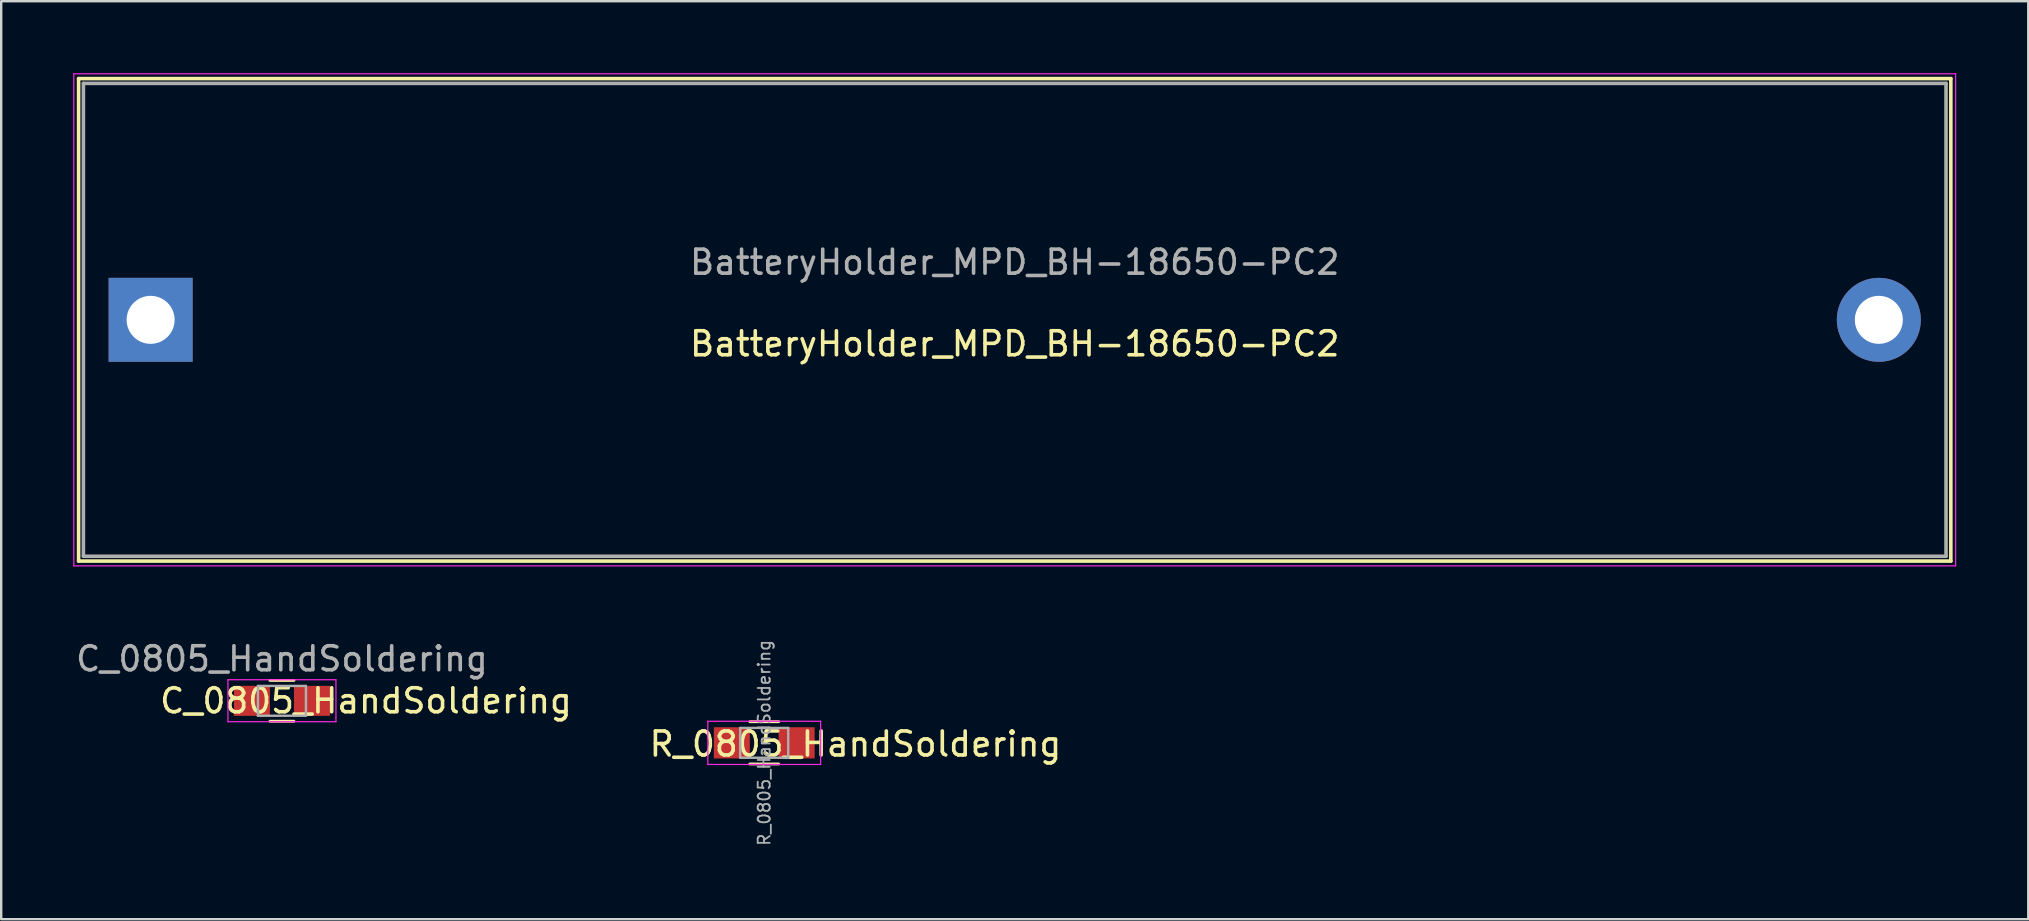
<source format=kicad_pcb>
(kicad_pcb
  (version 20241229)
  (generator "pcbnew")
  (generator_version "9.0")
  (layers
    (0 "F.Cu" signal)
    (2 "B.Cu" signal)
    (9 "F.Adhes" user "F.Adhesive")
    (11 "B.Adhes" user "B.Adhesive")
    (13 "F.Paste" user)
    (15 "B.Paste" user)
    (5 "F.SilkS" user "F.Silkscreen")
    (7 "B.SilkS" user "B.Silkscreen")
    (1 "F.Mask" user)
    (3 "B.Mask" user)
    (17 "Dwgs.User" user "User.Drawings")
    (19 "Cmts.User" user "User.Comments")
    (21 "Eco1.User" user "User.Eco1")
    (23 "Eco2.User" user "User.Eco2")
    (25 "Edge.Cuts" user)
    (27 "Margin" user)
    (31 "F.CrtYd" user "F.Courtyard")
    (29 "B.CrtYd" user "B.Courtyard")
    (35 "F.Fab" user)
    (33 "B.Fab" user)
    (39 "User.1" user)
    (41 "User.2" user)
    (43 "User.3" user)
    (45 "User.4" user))
  (footprint "R_0805_HandSoldering"
    (layer "F.Cu")
    (at 28.789 27.898)
    (property "Reference" "R_0805_HandSoldering" (at 3.8 0.05 0) (layer "F.SilkS") (effects (font (size 1 1) (thickness 0.15))))
    (attr smd)
    (fp_line (start -0.6 -0.88) (end 0.6 -0.88) (stroke (width 0.12) (type solid)) (layer "F.SilkS"))
    (fp_line (start 0.6 0.88) (end -0.6 0.88) (stroke (width 0.12) (type solid)) (layer "F.SilkS"))
    (fp_line (start -2.35 -0.9) (end -2.35 0.9) (stroke (width 0.05) (type solid)) (layer "F.CrtYd"))
    (fp_line (start -2.35 -0.9) (end 2.35 -0.9) (stroke (width 0.05) (type solid)) (layer "F.CrtYd"))
    (fp_line (start 2.35 0.9) (end -2.35 0.9) (stroke (width 0.05) (type solid)) (layer "F.CrtYd"))
    (fp_line (start 2.35 0.9) (end 2.35 -0.9) (stroke (width 0.05) (type solid)) (layer "F.CrtYd"))
    (fp_line (start -1 -0.62) (end 1 -0.62) (stroke (width 0.1) (type solid)) (layer "F.Fab"))
    (fp_line (start -1 0.62) (end -1 -0.62) (stroke (width 0.1) (type solid)) (layer "F.Fab"))
    (fp_line (start 1 -0.62) (end 1 0.62) (stroke (width 0.1) (type solid)) (layer "F.Fab"))
    (fp_line (start 1 0.62) (end -1 0.62) (stroke (width 0.1) (type solid)) (layer "F.Fab"))
    (fp_text user "${REFERENCE}" (at 0 0 270) (layer "F.Fab") (effects (font (size 0.5 0.5) (thickness 0.075))))
    (pad "1" smd rect (at -1.35 0) (size 1.5 1.3) (layers "F.Cu" "F.Mask"))
    (pad "2" smd rect (at 1.35 0) (size 1.5 1.3) (layers "F.Cu" "F.Mask")))
  (footprint "C_0805_HandSoldering"
    (layer "F.Cu")
    (at 8.696 26.148)
    (property "Reference" "C_0805_HandSoldering" (at 3.5 0 0) (layer "F.SilkS") (effects (font (size 1 1) (thickness 0.15))))
    (attr smd)
    (fp_line (start -0.5 0.85) (end 0.5 0.85) (stroke (width 0.12) (type solid)) (layer "F.SilkS"))
    (fp_line (start 0.5 -0.85) (end -0.5 -0.85) (stroke (width 0.12) (type solid)) (layer "F.SilkS"))
    (fp_line (start -2.25 -0.88) (end -2.25 0.87) (stroke (width 0.05) (type solid)) (layer "F.CrtYd"))
    (fp_line (start -2.25 -0.88) (end 2.25 -0.88) (stroke (width 0.05) (type solid)) (layer "F.CrtYd"))
    (fp_line (start 2.25 0.87) (end -2.25 0.87) (stroke (width 0.05) (type solid)) (layer "F.CrtYd"))
    (fp_line (start 2.25 0.87) (end 2.25 -0.88) (stroke (width 0.05) (type solid)) (layer "F.CrtYd"))
    (fp_line (start -1 -0.62) (end 1 -0.62) (stroke (width 0.1) (type solid)) (layer "F.Fab"))
    (fp_line (start -1 0.62) (end -1 -0.62) (stroke (width 0.1) (type solid)) (layer "F.Fab"))
    (fp_line (start 1 -0.62) (end 1 0.62) (stroke (width 0.1) (type solid)) (layer "F.Fab"))
    (fp_line (start 1 0.62) (end -1 0.62) (stroke (width 0.1) (type solid)) (layer "F.Fab"))
    (fp_text user "${REFERENCE}" (at 0 -1.75 0) (layer "F.Fab") (effects (font (size 1 1) (thickness 0.15))))
    (pad "1" smd rect (at -1.25 0) (size 1.5 1.25) (layers "F.Cu" "F.Mask"))
    (pad "2" smd rect (at 1.25 0) (size 1.5 1.25) (layers "F.Cu" "F.Mask")))
  (footprint "BatteryHolder_MPD_BH-18650-PC2"
    (layer "F.Cu")
    (at 3.225 10.275)
    (property "Reference" "BatteryHolder_MPD_BH-18650-PC2" (at 36 1 0) (layer "F.SilkS") (effects (font (size 1 1) (thickness 0.15))))
    (attr through_hole)
    (fp_line (start -3 -10.05) (end 75 -10.05) (stroke (width 0.15) (type solid)) (layer "F.SilkS"))
    (fp_line (start -3 10.05) (end -3 -10.05) (stroke (width 0.15) (type solid)) (layer "F.SilkS"))
    (fp_line (start 75 -10.05) (end 75 10.05) (stroke (width 0.15) (type solid)) (layer "F.SilkS"))
    (fp_line (start 75 10.05) (end -3 10.05) (stroke (width 0.15) (type solid)) (layer "F.SilkS"))
    (fp_line (start -3.2 -10.25) (end 75.2 -10.25) (stroke (width 0.05) (type solid)) (layer "F.CrtYd"))
    (fp_line (start -3.2 10.25) (end -3.2 -10.25) (stroke (width 0.05) (type solid)) (layer "F.CrtYd"))
    (fp_line (start 75.2 -10.25) (end 75.2 10.25) (stroke (width 0.05) (type solid)) (layer "F.CrtYd"))
    (fp_line (start 75.2 10.25) (end -3.2 10.25) (stroke (width 0.05) (type solid)) (layer "F.CrtYd"))
    (fp_line (start -2.8 -9.85) (end 74.8 -9.85) (stroke (width 0.15) (type solid)) (layer "F.Fab"))
    (fp_line (start -2.8 9.85) (end -2.8 -9.85) (stroke (width 0.15) (type solid)) (layer "F.Fab"))
    (fp_line (start 74.8 -9.85) (end 74.8 9.85) (stroke (width 0.15) (type solid)) (layer "F.Fab"))
    (fp_line (start 74.8 9.85) (end -2.8 9.85) (stroke (width 0.15) (type solid)) (layer "F.Fab"))
    (fp_text user "${REFERENCE}" (at 36 -2.4 0) (layer "F.Fab") (effects (font (size 1 1) (thickness 0.15))))
    (pad "1" thru_hole rect (at 0 0) (size 3.5 3.5) (drill 2) (layers "*.Cu" "*.Mask"))
    (pad "2" thru_hole circle (at 72 0) (size 3.5 3.5) (drill 2) (layers "*.Cu" "*.Mask")))
  (gr_rect
    (start -3 -3)
    (end 81.45 35.246)
    (stroke (width 0.1) (type default))
    (fill no)
    (layer "Edge.Cuts")))
</source>
